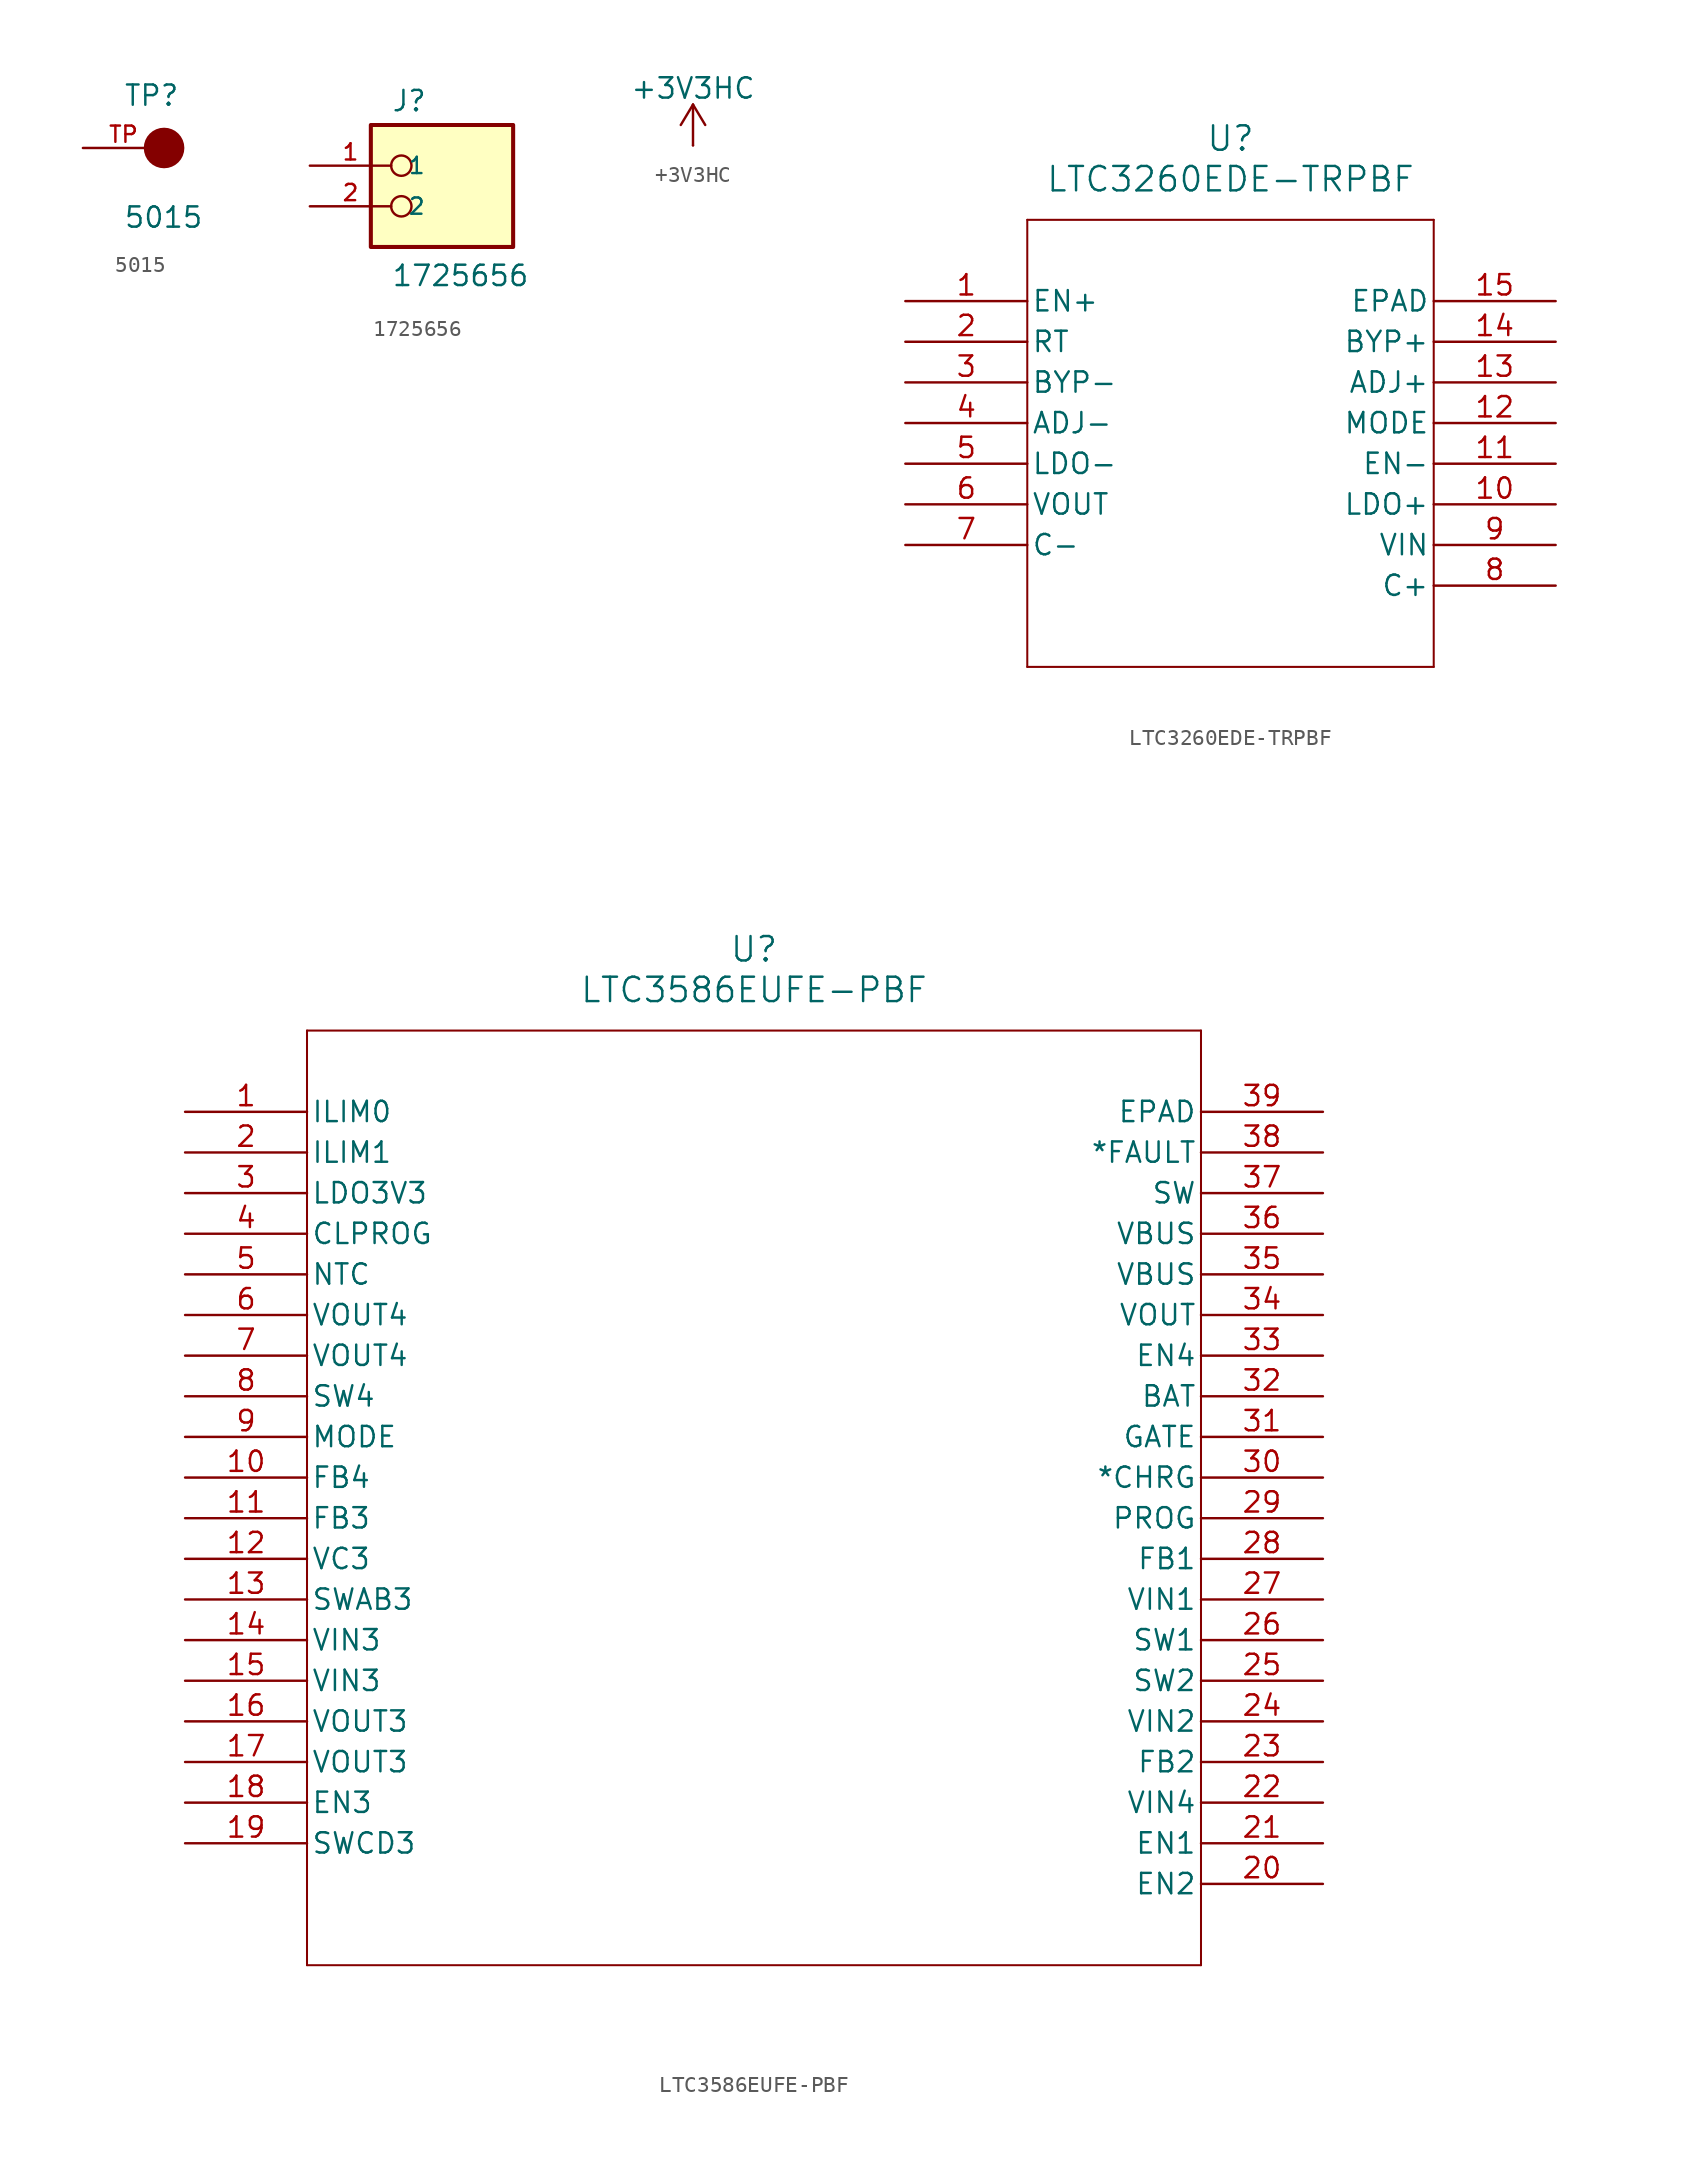
<source format=kicad_sym>
(kicad_symbol_lib
  (version 20231120)
  (generator "kicad_symbol_editor")
  (generator_version "8.0")
  (symbol "5015"
    (pin_names
      (offset 1.016))
    (property "Reference" "TP"
      (at -2.544 2.542 0)
      (effects (font (size 1.27 1.27)) (justify left bottom)))
    (property "Value" "5015"
      (at -2.55 -5.087 0)
      (effects (font (size 1.27 1.27)) (justify left bottom)))
    (symbol "5015_0_0"
      (circle (center 0 0) (radius 0.635) (stroke (width 1.27) (type default)) (fill (type none)))
      (pin passive line (at -5.08 0 0) (length 5.08) (name "~" (effects (font (size 1.016 1.016)))) (number "TP" (effects (font (size 1.016 1.016)))))))
  (symbol "1725656"
    (pin_names
      (offset 1.016))
    (property "Reference" "J"
      (at -2.54 5.842 0)
      (effects (font (size 1.27 1.27)) (justify left bottom)))
    (property "Value" "1725656"
      (at -2.54 -5.08 0)
      (effects (font (size 1.27 1.27)) (justify left bottom)))
    (symbol "1725656_0_0"
      (rectangle (start -3.81 -2.54) (end 5.08 5.08) (stroke (width 0.254) (type default)) (fill (type background)))
      (circle (center -1.905 0) (radius 0.635) (stroke (width 0.152) (type default)) (fill (type none)))
      (circle (center -1.905 2.54) (radius 0.635) (stroke (width 0.152) (type default)) (fill (type none)))
      (pin passive line (at -7.62 2.54 0) (length 5.08) (name "1" (effects (font (size 1.016 1.016)))) (number "1" (effects (font (size 1.016 1.016)))))
      (pin passive line (at -7.62 0 0) (length 5.08) (name "2" (effects (font (size 1.016 1.016)))) (number "2" (effects (font (size 1.016 1.016)))))))
  (symbol "+3V3HC"
    (power)
    (pin_numbers hide)
    (pin_names
      (offset 0) hide)
    (property "Reference" "#PWR"
      (at 0 -3.81 0)
      (effects (font (size 1.27 1.27)) (hide yes)))
    (property "Value" "+3V3HC"
      (at 0 3.556 0)
      (effects (font (size 1.27 1.27))))
    (symbol "+3V3HC_0_1"
      (polyline (pts (xy -0.762 1.27) (xy 0 2.54)) (stroke (width 0) (type default)) (fill (type none)))
      (polyline (pts (xy 0 0) (xy 0 2.54)) (stroke (width 0) (type default)) (fill (type none)))
      (polyline (pts (xy 0 2.54) (xy 0.762 1.27)) (stroke (width 0) (type default)) (fill (type none))))
    (symbol "+3V3HC_1_1"
      (pin power_in line (at 0 0 90) (length 0) (name "~" (effects (font (size 1.27 1.27)))) (number "1" (effects (font (size 1.27 1.27)))))))
  (symbol "LTC3260EDE-TRPBF"
    (pin_names
      (offset 0.254))
    (property "Reference" "U"
      (at 20.32 10.16 0)
      (effects (font (size 1.524 1.524))))
    (property "Value" "LTC3260EDE-TRPBF"
      (at 20.32 7.62 0)
      (effects (font (size 1.524 1.524))))
    (symbol "LTC3260EDE-TRPBF_0_1"
      (polyline (pts (xy 7.62 -22.86) (xy 33.02 -22.86)) (stroke (width 0.127) (type default)) (fill (type none)))
      (polyline (pts (xy 7.62 5.08) (xy 7.62 -22.86)) (stroke (width 0.127) (type default)) (fill (type none)))
      (polyline (pts (xy 33.02 -22.86) (xy 33.02 5.08)) (stroke (width 0.127) (type default)) (fill (type none)))
      (polyline (pts (xy 33.02 5.08) (xy 7.62 5.08)) (stroke (width 0.127) (type default)) (fill (type none)))
      (pin input line (at 0 0 0) (length 7.62) (name "EN+" (effects (font (size 1.27 1.27)))) (number "1" (effects (font (size 1.27 1.27)))))
      (pin output line (at 40.64 -12.7 180) (length 7.62) (name "LDO+" (effects (font (size 1.27 1.27)))) (number "10" (effects (font (size 1.27 1.27)))))
      (pin input line (at 40.64 -10.16 180) (length 7.62) (name "EN-" (effects (font (size 1.27 1.27)))) (number "11" (effects (font (size 1.27 1.27)))))
      (pin input line (at 40.64 -7.62 180) (length 7.62) (name "MODE" (effects (font (size 1.27 1.27)))) (number "12" (effects (font (size 1.27 1.27)))))
      (pin input line (at 40.64 -5.08 180) (length 7.62) (name "ADJ+" (effects (font (size 1.27 1.27)))) (number "13" (effects (font (size 1.27 1.27)))))
      (pin output line (at 40.64 -2.54 180) (length 7.62) (name "BYP+" (effects (font (size 1.27 1.27)))) (number "14" (effects (font (size 1.27 1.27)))))
      (pin unspecified line (at 40.64 0 180) (length 7.62) (name "EPAD" (effects (font (size 1.27 1.27)))) (number "15" (effects (font (size 1.27 1.27)))))
      (pin input line (at 0 -2.54 0) (length 7.62) (name "RT" (effects (font (size 1.27 1.27)))) (number "2" (effects (font (size 1.27 1.27)))))
      (pin output line (at 0 -5.08 0) (length 7.62) (name "BYP-" (effects (font (size 1.27 1.27)))) (number "3" (effects (font (size 1.27 1.27)))))
      (pin input line (at 0 -7.62 0) (length 7.62) (name "ADJ-" (effects (font (size 1.27 1.27)))) (number "4" (effects (font (size 1.27 1.27)))))
      (pin output line (at 0 -10.16 0) (length 7.62) (name "LDO-" (effects (font (size 1.27 1.27)))) (number "5" (effects (font (size 1.27 1.27)))))
      (pin output line (at 0 -12.7 0) (length 7.62) (name "VOUT" (effects (font (size 1.27 1.27)))) (number "6" (effects (font (size 1.27 1.27)))))
      (pin unspecified line (at 0 -15.24 0) (length 7.62) (name "C-" (effects (font (size 1.27 1.27)))) (number "7" (effects (font (size 1.27 1.27)))))
      (pin unspecified line (at 40.64 -17.78 180) (length 7.62) (name "C+" (effects (font (size 1.27 1.27)))) (number "8" (effects (font (size 1.27 1.27)))))
      (pin input line (at 40.64 -15.24 180) (length 7.62) (name "VIN" (effects (font (size 1.27 1.27)))) (number "9" (effects (font (size 1.27 1.27)))))))
  (symbol "LTC3586EUFE-PBF"
    (pin_names
      (offset 0.254))
    (property "Reference" "U"
      (at 35.56 10.16 0)
      (effects (font (size 1.524 1.524))))
    (property "Value" "LTC3586EUFE-PBF"
      (at 35.56 7.62 0)
      (effects (font (size 1.524 1.524))))
    (symbol "LTC3586EUFE-PBF_0_1"
      (polyline (pts (xy 7.62 -53.34) (xy 63.5 -53.34)) (stroke (width 0.127) (type default)) (fill (type none)))
      (polyline (pts (xy 7.62 5.08) (xy 7.62 -53.34)) (stroke (width 0.127) (type default)) (fill (type none)))
      (polyline (pts (xy 63.5 -53.34) (xy 63.5 5.08)) (stroke (width 0.127) (type default)) (fill (type none)))
      (polyline (pts (xy 63.5 5.08) (xy 7.62 5.08)) (stroke (width 0.127) (type default)) (fill (type none)))
      (pin input line (at 0 0 0) (length 7.62) (name "ILIM0" (effects (font (size 1.27 1.27)))) (number "1" (effects (font (size 1.27 1.27)))))
      (pin input line (at 0 -22.86 0) (length 7.62) (name "FB4" (effects (font (size 1.27 1.27)))) (number "10" (effects (font (size 1.27 1.27)))))
      (pin input line (at 0 -25.4 0) (length 7.62) (name "FB3" (effects (font (size 1.27 1.27)))) (number "11" (effects (font (size 1.27 1.27)))))
      (pin output line (at 0 -27.94 0) (length 7.62) (name "VC3" (effects (font (size 1.27 1.27)))) (number "12" (effects (font (size 1.27 1.27)))))
      (pin unspecified line (at 0 -30.48 0) (length 7.62) (name "SWAB3" (effects (font (size 1.27 1.27)))) (number "13" (effects (font (size 1.27 1.27)))))
      (pin input line (at 0 -33.02 0) (length 7.62) (name "VIN3" (effects (font (size 1.27 1.27)))) (number "14" (effects (font (size 1.27 1.27)))))
      (pin input line (at 0 -35.56 0) (length 7.62) (name "VIN3" (effects (font (size 1.27 1.27)))) (number "15" (effects (font (size 1.27 1.27)))))
      (pin output line (at 0 -38.1 0) (length 7.62) (name "VOUT3" (effects (font (size 1.27 1.27)))) (number "16" (effects (font (size 1.27 1.27)))))
      (pin output line (at 0 -40.64 0) (length 7.62) (name "VOUT3" (effects (font (size 1.27 1.27)))) (number "17" (effects (font (size 1.27 1.27)))))
      (pin input line (at 0 -43.18 0) (length 7.62) (name "EN3" (effects (font (size 1.27 1.27)))) (number "18" (effects (font (size 1.27 1.27)))))
      (pin unspecified line (at 0 -45.72 0) (length 7.62) (name "SWCD3" (effects (font (size 1.27 1.27)))) (number "19" (effects (font (size 1.27 1.27)))))
      (pin input line (at 0 -2.54 0) (length 7.62) (name "ILIM1" (effects (font (size 1.27 1.27)))) (number "2" (effects (font (size 1.27 1.27)))))
      (pin input line (at 71.12 -48.26 180) (length 7.62) (name "EN2" (effects (font (size 1.27 1.27)))) (number "20" (effects (font (size 1.27 1.27)))))
      (pin input line (at 71.12 -45.72 180) (length 7.62) (name "EN1" (effects (font (size 1.27 1.27)))) (number "21" (effects (font (size 1.27 1.27)))))
      (pin input line (at 71.12 -43.18 180) (length 7.62) (name "VIN4" (effects (font (size 1.27 1.27)))) (number "22" (effects (font (size 1.27 1.27)))))
      (pin input line (at 71.12 -40.64 180) (length 7.62) (name "FB2" (effects (font (size 1.27 1.27)))) (number "23" (effects (font (size 1.27 1.27)))))
      (pin input line (at 71.12 -38.1 180) (length 7.62) (name "VIN2" (effects (font (size 1.27 1.27)))) (number "24" (effects (font (size 1.27 1.27)))))
      (pin unspecified line (at 71.12 -35.56 180) (length 7.62) (name "SW2" (effects (font (size 1.27 1.27)))) (number "25" (effects (font (size 1.27 1.27)))))
      (pin unspecified line (at 71.12 -33.02 180) (length 7.62) (name "SW1" (effects (font (size 1.27 1.27)))) (number "26" (effects (font (size 1.27 1.27)))))
      (pin input line (at 71.12 -30.48 180) (length 7.62) (name "VIN1" (effects (font (size 1.27 1.27)))) (number "27" (effects (font (size 1.27 1.27)))))
      (pin input line (at 71.12 -27.94 180) (length 7.62) (name "FB1" (effects (font (size 1.27 1.27)))) (number "28" (effects (font (size 1.27 1.27)))))
      (pin unspecified line (at 71.12 -25.4 180) (length 7.62) (name "PROG" (effects (font (size 1.27 1.27)))) (number "29" (effects (font (size 1.27 1.27)))))
      (pin output line (at 0 -5.08 0) (length 7.62) (name "LDO3V3" (effects (font (size 1.27 1.27)))) (number "3" (effects (font (size 1.27 1.27)))))
      (pin output line (at 71.12 -22.86 180) (length 7.62) (name "*CHRG" (effects (font (size 1.27 1.27)))) (number "30" (effects (font (size 1.27 1.27)))))
      (pin output line (at 71.12 -20.32 180) (length 7.62) (name "GATE" (effects (font (size 1.27 1.27)))) (number "31" (effects (font (size 1.27 1.27)))))
      (pin unspecified line (at 71.12 -17.78 180) (length 7.62) (name "BAT" (effects (font (size 1.27 1.27)))) (number "32" (effects (font (size 1.27 1.27)))))
      (pin input line (at 71.12 -15.24 180) (length 7.62) (name "EN4" (effects (font (size 1.27 1.27)))) (number "33" (effects (font (size 1.27 1.27)))))
      (pin output line (at 71.12 -12.7 180) (length 7.62) (name "VOUT" (effects (font (size 1.27 1.27)))) (number "34" (effects (font (size 1.27 1.27)))))
      (pin input line (at 71.12 -10.16 180) (length 7.62) (name "VBUS" (effects (font (size 1.27 1.27)))) (number "35" (effects (font (size 1.27 1.27)))))
      (pin input line (at 71.12 -7.62 180) (length 7.62) (name "VBUS" (effects (font (size 1.27 1.27)))) (number "36" (effects (font (size 1.27 1.27)))))
      (pin unspecified line (at 71.12 -5.08 180) (length 7.62) (name "SW" (effects (font (size 1.27 1.27)))) (number "37" (effects (font (size 1.27 1.27)))))
      (pin bidirectional line (at 71.12 -2.54 180) (length 7.62) (name "*FAULT" (effects (font (size 1.27 1.27)))) (number "38" (effects (font (size 1.27 1.27)))))
      (pin unspecified line (at 71.12 0 180) (length 7.62) (name "EPAD" (effects (font (size 1.27 1.27)))) (number "39" (effects (font (size 1.27 1.27)))))
      (pin input line (at 0 -7.62 0) (length 7.62) (name "CLPROG" (effects (font (size 1.27 1.27)))) (number "4" (effects (font (size 1.27 1.27)))))
      (pin input line (at 0 -10.16 0) (length 7.62) (name "NTC" (effects (font (size 1.27 1.27)))) (number "5" (effects (font (size 1.27 1.27)))))
      (pin output line (at 0 -12.7 0) (length 7.62) (name "VOUT4" (effects (font (size 1.27 1.27)))) (number "6" (effects (font (size 1.27 1.27)))))
      (pin output line (at 0 -15.24 0) (length 7.62) (name "VOUT4" (effects (font (size 1.27 1.27)))) (number "7" (effects (font (size 1.27 1.27)))))
      (pin unspecified line (at 0 -17.78 0) (length 7.62) (name "SW4" (effects (font (size 1.27 1.27)))) (number "8" (effects (font (size 1.27 1.27)))))
      (pin input line (at 0 -20.32 0) (length 7.62) (name "MODE" (effects (font (size 1.27 1.27)))) (number "9" (effects (font (size 1.27 1.27))))))))
</source>
